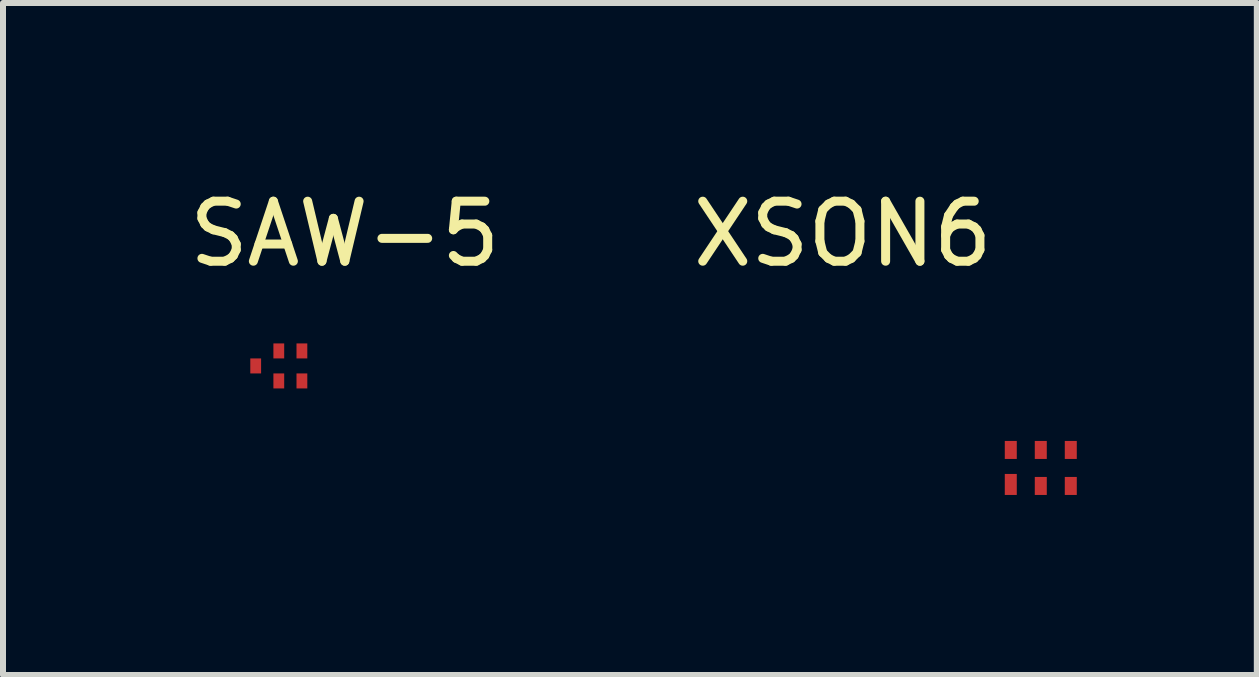
<source format=kicad_pcb>
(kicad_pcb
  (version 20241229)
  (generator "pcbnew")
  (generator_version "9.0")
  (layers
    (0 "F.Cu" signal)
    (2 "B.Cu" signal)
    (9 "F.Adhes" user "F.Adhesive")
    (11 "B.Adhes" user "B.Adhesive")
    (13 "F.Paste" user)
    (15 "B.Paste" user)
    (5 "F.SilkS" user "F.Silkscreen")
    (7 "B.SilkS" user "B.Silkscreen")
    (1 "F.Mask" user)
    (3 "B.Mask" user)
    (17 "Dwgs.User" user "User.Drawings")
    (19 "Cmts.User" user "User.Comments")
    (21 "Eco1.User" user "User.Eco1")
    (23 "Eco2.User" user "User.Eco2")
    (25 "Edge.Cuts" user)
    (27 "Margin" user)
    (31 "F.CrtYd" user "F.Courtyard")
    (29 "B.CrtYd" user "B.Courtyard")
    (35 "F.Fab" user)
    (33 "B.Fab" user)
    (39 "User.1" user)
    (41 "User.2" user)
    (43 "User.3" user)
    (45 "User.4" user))
  (footprint "SAW-5"
    (layer "F.Cu")
    (at 1.596 3.048)
    (property "Reference" "SAW-5" (at 1.1 -2.2 0) (layer "F.SilkS") (effects (font (size 1 1) (thickness 0.15))))
    (attr through_hole)
    (pad "1" smd rect (at -0.385 0) (size 0.18 0.25) (layers "F.Cu" "F.Mask" "F.Paste"))
    (pad "2" smd rect (at 0 -0.25) (size 0.18 0.25) (layers "F.Cu" "F.Mask" "F.Paste"))
    (pad "3" smd rect (at 0.385 -0.25) (size 0.18 0.25) (layers "F.Cu" "F.Mask" "F.Paste"))
    (pad "4" smd rect (at 0.385 0.25) (size 0.18 0.25) (layers "F.Cu" "F.Mask" "F.Paste"))
    (pad "5" smd rect (at 0 0.25) (size 0.18 0.25) (layers "F.Cu" "F.Mask" "F.Paste")))
  (footprint "XSON6"
    (layer "F.Cu")
    (at 14.294 4.748)
    (property "Reference" "XSON6" (at -3.3 -3.9 0) (layer "F.SilkS") (effects (font (size 1 1) (thickness 0.15))))
    (attr through_hole)
    (pad "1" smd rect (at -0.5 0.275) (size 0.2 0.35) (layers "F.Cu" "F.Mask" "F.Paste"))
    (pad "2" smd rect (at 0 0.3) (size 0.2 0.3) (layers "F.Cu" "F.Mask" "F.Paste"))
    (pad "3" smd rect (at 0.5 0.3) (size 0.2 0.3) (layers "F.Cu" "F.Mask" "F.Paste"))
    (pad "4" smd rect (at 0.5 -0.3) (size 0.2 0.3) (layers "F.Cu" "F.Mask" "F.Paste"))
    (pad "5" smd rect (at 0 -0.3) (size 0.2 0.3) (layers "F.Cu" "F.Mask" "F.Paste"))
    (pad "6" smd rect (at -0.5 -0.3) (size 0.2 0.3) (layers "F.Cu" "F.Mask" "F.Paste")))
  (gr_rect
    (start -3 -3)
    (end 17.894 8.198)
    (stroke (width 0.1) (type default))
    (fill no)
    (layer "Edge.Cuts")))
</source>
